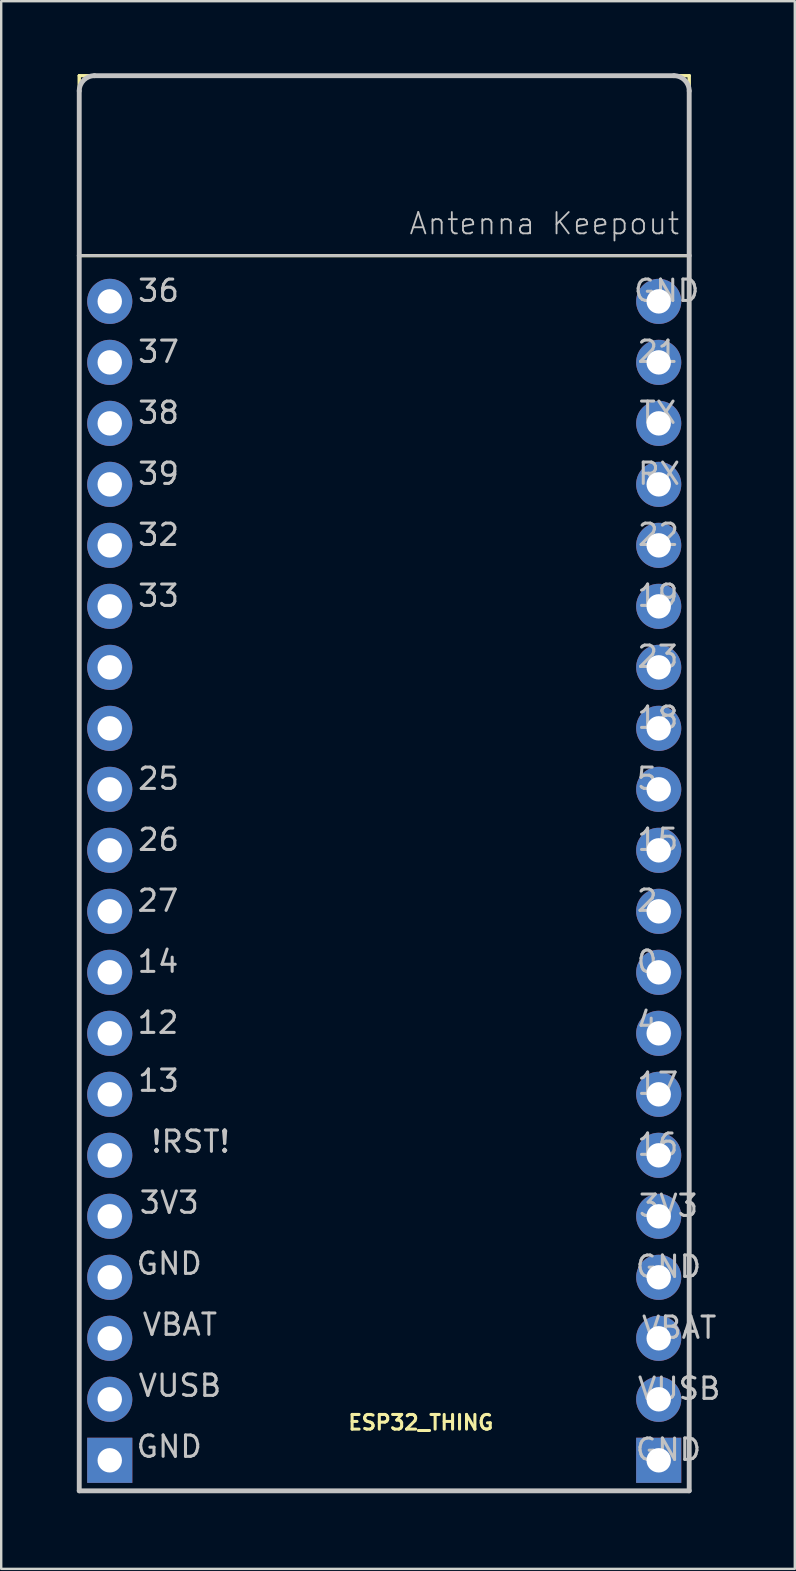
<source format=kicad_pcb>
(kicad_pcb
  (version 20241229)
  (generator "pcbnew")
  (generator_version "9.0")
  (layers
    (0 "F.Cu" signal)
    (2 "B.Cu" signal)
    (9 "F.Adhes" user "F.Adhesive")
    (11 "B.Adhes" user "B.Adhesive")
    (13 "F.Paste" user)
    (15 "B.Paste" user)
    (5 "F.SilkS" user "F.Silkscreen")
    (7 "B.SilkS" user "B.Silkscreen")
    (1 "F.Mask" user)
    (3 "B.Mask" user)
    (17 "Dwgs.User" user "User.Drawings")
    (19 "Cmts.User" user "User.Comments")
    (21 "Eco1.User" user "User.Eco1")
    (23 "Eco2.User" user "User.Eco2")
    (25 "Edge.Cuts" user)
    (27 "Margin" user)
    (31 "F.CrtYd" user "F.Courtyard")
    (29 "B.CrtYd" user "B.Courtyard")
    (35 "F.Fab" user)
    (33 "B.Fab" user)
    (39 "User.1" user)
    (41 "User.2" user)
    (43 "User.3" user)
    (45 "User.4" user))
  (footprint "ESP32_THING"
    (layer "F.Cu")
    (at 0.25 59.03)
    (property "Reference" "ESP32_THING" (at 14.224 -2.845 0) (layer "F.SilkS") (effects (font (size 0.61 0.61) (thickness 0.127))))
    (attr exclude_from_pos_files exclude_from_bom)
    (fp_line (start 0 -58.928) (end 0 -51.435) (stroke (width 0.127) (type solid)) (layer "F.SilkS"))
    (fp_line (start 0 -58.928) (end 0 -51.435) (stroke (width 0.127) (type solid)) (layer "F.SilkS"))
    (fp_line (start 0 -51.435) (end 25.4 -51.435) (stroke (width 0.127) (type solid)) (layer "F.SilkS"))
    (fp_line (start 0 -51.435) (end 25.4 -51.435) (stroke (width 0.127) (type solid)) (layer "F.SilkS"))
    (fp_line (start 25.4 -58.928) (end 0 -58.928) (stroke (width 0.127) (type solid)) (layer "F.SilkS"))
    (fp_line (start 25.4 -58.928) (end 0 -58.928) (stroke (width 0.127) (type solid)) (layer "F.SilkS"))
    (fp_line (start 25.4 -51.435) (end 25.4 -58.928) (stroke (width 0.127) (type solid)) (layer "F.SilkS"))
    (fp_line (start 25.4 -51.435) (end 25.4 -58.928) (stroke (width 0.127) (type solid)) (layer "F.SilkS"))
    (fp_line (start 0 -51.435) (end 0 -58.293) (stroke (width 0.203) (type solid)) (layer "Dwgs.User"))
    (fp_line (start 0 -51.435) (end 25.4 -51.435) (stroke (width 0.127) (type solid)) (layer "Dwgs.User"))
    (fp_line (start 0 0) (end 0 -51.435) (stroke (width 0.203) (type solid)) (layer "Dwgs.User"))
    (fp_line (start 0.635 -58.928) (end 24.765 -58.928) (stroke (width 0.203) (type solid)) (layer "Dwgs.User"))
    (fp_line (start 25.4 -58.293) (end 25.4 -51.435) (stroke (width 0.203) (type solid)) (layer "Dwgs.User"))
    (fp_line (start 25.4 -51.435) (end 25.4 0) (stroke (width 0.203) (type solid)) (layer "Dwgs.User"))
    (fp_line (start 25.4 0) (end 0 0) (stroke (width 0.203) (type solid)) (layer "Dwgs.User"))
    (fp_arc (start 0 -58.293) (mid 0.185987 -58.742013) (end 0.635 -58.928) (stroke (width 0.2032) (type solid)) (layer "Dwgs.User"))
    (fp_arc (start 24.765 -58.928) (mid 25.214013 -58.742013) (end 25.4 -58.293) (stroke (width 0.2032) (type solid)) (layer "Dwgs.User"))
    (fp_text user "2" (at 23.647 -24.575 0) (layer "Dwgs.User") (effects (font (size 0.889 0.889) (thickness 0.127))))
    (fp_text user "25" (at 3.302 -29.654 0) (layer "Dwgs.User") (effects (font (size 0.889 0.889) (thickness 0.127))))
    (fp_text user "VBAT" (at 24.981 -6.795 0) (layer "Dwgs.User") (effects (font (size 0.889 0.889) (thickness 0.127))))
    (fp_text user "5" (at 23.647 -29.654 0) (layer "Dwgs.User") (effects (font (size 0.889 0.889) (thickness 0.127))))
    (fp_text user "17" (at 24.092 -16.954 0) (layer "Dwgs.User") (effects (font (size 0.889 0.889) (thickness 0.127))))
    (fp_text user "18" (at 24.092 -32.194 0) (layer "Dwgs.User") (effects (font (size 0.889 0.889) (thickness 0.127))))
    (fp_text user "14" (at 3.277 -22.035 0) (layer "Dwgs.User") (effects (font (size 0.889 0.889) (thickness 0.127))))
    (fp_text user "26" (at 3.302 -27.112 0) (layer "Dwgs.User") (effects (font (size 0.889 0.889) (thickness 0.127))))
    (fp_text user "3V3" (at 24.536 -11.874 0) (layer "Dwgs.User") (effects (font (size 0.889 0.889) (thickness 0.127))))
    (fp_text user "23" (at 24.092 -34.734 0) (layer "Dwgs.User") (effects (font (size 0.889 0.889) (thickness 0.127))))
    (fp_text user "0" (at 23.647 -22.035 0) (layer "Dwgs.User") (effects (font (size 0.889 0.889) (thickness 0.127))))
    (fp_text user "13" (at 3.302 -17.081 0) (layer "Dwgs.User") (effects (font (size 0.889 0.889) (thickness 0.127))))
    (fp_text user "12" (at 3.277 -19.494 0) (layer "Dwgs.User") (effects (font (size 0.889 0.889) (thickness 0.127))))
    (fp_text user "15" (at 24.092 -27.112 0) (layer "Dwgs.User") (effects (font (size 0.889 0.889) (thickness 0.127))))
    (fp_text user "3V3" (at 3.747 -12.002 0) (layer "Dwgs.User") (effects (font (size 0.889 0.889) (thickness 0.127))))
    (fp_text user "36" (at 3.302 -49.974 0) (layer "Dwgs.User") (effects (font (size 0.889 0.889) (thickness 0.127))))
    (fp_text user "38" (at 3.302 -44.895 0) (layer "Dwgs.User") (effects (font (size 0.889 0.889) (thickness 0.127))))
    (fp_text user "VBAT" (at 4.191 -6.921 0) (layer "Dwgs.User") (effects (font (size 0.889 0.889) (thickness 0.127))))
    (fp_text user "GND" (at 24.536 -9.335 0) (layer "Dwgs.User") (effects (font (size 0.889 0.889) (thickness 0.127))))
    (fp_text user "!RST!" (at 4.636 -14.541 0) (layer "Dwgs.User") (effects (font (size 0.889 0.889) (thickness 0.127))))
    (fp_text user "VUSB" (at 4.191 -4.379 0) (layer "Dwgs.User") (effects (font (size 0.889 0.889) (thickness 0.127))))
    (fp_text user "39" (at 3.302 -42.355 0) (layer "Dwgs.User") (effects (font (size 0.889 0.889) (thickness 0.127))))
    (fp_text user "27" (at 3.277 -24.575 0) (layer "Dwgs.User") (effects (font (size 0.889 0.889) (thickness 0.127))))
    (fp_text user "21" (at 24.092 -47.434 0) (layer "Dwgs.User") (effects (font (size 0.889 0.889) (thickness 0.127))))
    (fp_text user "22" (at 24.117 -39.812 0) (layer "Dwgs.User") (effects (font (size 0.889 0.889) (thickness 0.127))))
    (fp_text user "VUSB" (at 24.981 -4.255 0) (layer "Dwgs.User") (effects (font (size 0.889 0.889) (thickness 0.127))))
    (fp_text user "19" (at 24.092 -37.275 0) (layer "Dwgs.User") (effects (font (size 0.889 0.889) (thickness 0.127))))
    (fp_text user "16" (at 24.092 -14.415 0) (layer "Dwgs.User") (effects (font (size 0.889 0.889) (thickness 0.127))))
    (fp_text user "33" (at 3.302 -37.275 0) (layer "Dwgs.User") (effects (font (size 0.889 0.889) (thickness 0.127))))
    (fp_text user "37" (at 3.302 -47.434 0) (layer "Dwgs.User") (effects (font (size 0.889 0.889) (thickness 0.127))))
    (fp_text user "TX" (at 24.092 -44.895 0) (layer "Dwgs.User") (effects (font (size 0.889 0.889) (thickness 0.127))))
    (fp_text user "GND" (at 3.747 -1.841 0) (layer "Dwgs.User") (effects (font (size 0.889 0.889) (thickness 0.127))))
    (fp_text user "32" (at 3.302 -39.812 0) (layer "Dwgs.User") (effects (font (size 0.889 0.889) (thickness 0.127))))
    (fp_text user "GND" (at 24.536 -1.714 0) (layer "Dwgs.User") (effects (font (size 0.889 0.889) (thickness 0.127))))
    (fp_text user "Antenna Keepout" (at 19.367 -52.769 0) (layer "Dwgs.User") (effects (font (size 0.889 0.889) (thickness 0.076))))
    (fp_text user "GND" (at 24.46 -49.974 0) (layer "Dwgs.User") (effects (font (size 0.889 0.889) (thickness 0.127))))
    (fp_text user "GND" (at 3.747 -9.461 0) (layer "Dwgs.User") (effects (font (size 0.889 0.889) (thickness 0.127))))
    (fp_text user "RX" (at 24.143 -42.355 0) (layer "Dwgs.User") (effects (font (size 0.889 0.889) (thickness 0.127))))
    (fp_text user "4" (at 23.647 -19.494 0) (layer "Dwgs.User") (effects (font (size 0.889 0.889) (thickness 0.127))))
    (pad "1" thru_hole rect (at 1.27 -1.27) (size 1.88 1.88) (drill 1.016) (layers "*.Cu" "*.Paste" "*.Mask"))
    (pad "2" thru_hole circle (at 1.27 -3.81) (size 1.88 1.88) (drill 1.016) (layers "*.Cu" "*.Paste" "*.Mask"))
    (pad "3" thru_hole circle (at 1.27 -6.35) (size 1.88 1.88) (drill 1.016) (layers "*.Cu" "*.Paste" "*.Mask"))
    (pad "4" thru_hole circle (at 1.27 -8.89) (size 1.88 1.88) (drill 1.016) (layers "*.Cu" "*.Paste" "*.Mask"))
    (pad "5" thru_hole circle (at 1.27 -11.43) (size 1.88 1.88) (drill 1.016) (layers "*.Cu" "*.Paste" "*.Mask"))
    (pad "6" thru_hole circle (at 1.27 -13.97) (size 1.88 1.88) (drill 1.016) (layers "*.Cu" "*.Paste" "*.Mask"))
    (pad "7" thru_hole circle (at 1.27 -16.51) (size 1.88 1.88) (drill 1.016) (layers "*.Cu" "*.Paste" "*.Mask"))
    (pad "8" thru_hole circle (at 1.27 -19.05) (size 1.88 1.88) (drill 1.016) (layers "*.Cu" "*.Paste" "*.Mask"))
    (pad "9" thru_hole circle (at 1.27 -21.59) (size 1.88 1.88) (drill 1.016) (layers "*.Cu" "*.Paste" "*.Mask"))
    (pad "10" thru_hole circle (at 1.27 -24.13) (size 1.88 1.88) (drill 1.016) (layers "*.Cu" "*.Paste" "*.Mask"))
    (pad "11" thru_hole circle (at 1.27 -26.67) (size 1.88 1.88) (drill 1.016) (layers "*.Cu" "*.Paste" "*.Mask"))
    (pad "12" thru_hole circle (at 1.27 -29.21) (size 1.88 1.88) (drill 1.016) (layers "*.Cu" "*.Paste" "*.Mask"))
    (pad "13" thru_hole circle (at 1.27 -31.75) (size 1.88 1.88) (drill 1.016) (layers "*.Cu" "*.Paste" "*.Mask"))
    (pad "14" thru_hole circle (at 1.27 -34.29) (size 1.88 1.88) (drill 1.016) (layers "*.Cu" "*.Paste" "*.Mask"))
    (pad "15" thru_hole circle (at 1.27 -36.83) (size 1.88 1.88) (drill 1.016) (layers "*.Cu" "*.Paste" "*.Mask"))
    (pad "16" thru_hole circle (at 1.27 -39.37) (size 1.88 1.88) (drill 1.016) (layers "*.Cu" "*.Paste" "*.Mask"))
    (pad "17" thru_hole circle (at 1.27 -41.91) (size 1.88 1.88) (drill 1.016) (layers "*.Cu" "*.Paste" "*.Mask"))
    (pad "18" thru_hole circle (at 1.27 -44.45) (size 1.88 1.88) (drill 1.016) (layers "*.Cu" "*.Paste" "*.Mask"))
    (pad "19" thru_hole circle (at 1.27 -46.99) (size 1.88 1.88) (drill 1.016) (layers "*.Cu" "*.Paste" "*.Mask"))
    (pad "20" thru_hole circle (at 1.27 -49.53) (size 1.88 1.88) (drill 1.016) (layers "*.Cu" "*.Paste" "*.Mask"))
    (pad "21" thru_hole circle (at 24.13 -49.53) (size 1.88 1.88) (drill 1.016) (layers "*.Cu" "*.Paste" "*.Mask"))
    (pad "22" thru_hole circle (at 24.13 -46.99) (size 1.88 1.88) (drill 1.016) (layers "*.Cu" "*.Paste" "*.Mask"))
    (pad "23" thru_hole circle (at 24.13 -44.45) (size 1.88 1.88) (drill 1.016) (layers "*.Cu" "*.Paste" "*.Mask"))
    (pad "24" thru_hole circle (at 24.13 -41.91) (size 1.88 1.88) (drill 1.016) (layers "*.Cu" "*.Paste" "*.Mask"))
    (pad "25" thru_hole circle (at 24.13 -39.37) (size 1.88 1.88) (drill 1.016) (layers "*.Cu" "*.Paste" "*.Mask"))
    (pad "26" thru_hole circle (at 24.13 -36.83) (size 1.88 1.88) (drill 1.016) (layers "*.Cu" "*.Paste" "*.Mask"))
    (pad "27" thru_hole circle (at 24.13 -34.29) (size 1.88 1.88) (drill 1.016) (layers "*.Cu" "*.Paste" "*.Mask"))
    (pad "28" thru_hole circle (at 24.13 -31.75) (size 1.88 1.88) (drill 1.016) (layers "*.Cu" "*.Paste" "*.Mask"))
    (pad "29" thru_hole circle (at 24.13 -29.21) (size 1.88 1.88) (drill 1.016) (layers "*.Cu" "*.Paste" "*.Mask"))
    (pad "30" thru_hole circle (at 24.13 -26.67) (size 1.88 1.88) (drill 1.016) (layers "*.Cu" "*.Paste" "*.Mask"))
    (pad "31" thru_hole circle (at 24.13 -24.13) (size 1.88 1.88) (drill 1.016) (layers "*.Cu" "*.Paste" "*.Mask"))
    (pad "32" thru_hole circle (at 24.13 -21.59) (size 1.88 1.88) (drill 1.016) (layers "*.Cu" "*.Paste" "*.Mask"))
    (pad "33" thru_hole circle (at 24.13 -19.05) (size 1.88 1.88) (drill 1.016) (layers "*.Cu" "*.Paste" "*.Mask"))
    (pad "34" thru_hole circle (at 24.13 -16.51) (size 1.88 1.88) (drill 1.016) (layers "*.Cu" "*.Paste" "*.Mask"))
    (pad "35" thru_hole circle (at 24.13 -13.97) (size 1.88 1.88) (drill 1.016) (layers "*.Cu" "*.Paste" "*.Mask"))
    (pad "36" thru_hole circle (at 24.13 -11.43) (size 1.88 1.88) (drill 1.016) (layers "*.Cu" "*.Paste" "*.Mask"))
    (pad "37" thru_hole circle (at 24.13 -8.89) (size 1.88 1.88) (drill 1.016) (layers "*.Cu" "*.Paste" "*.Mask"))
    (pad "38" thru_hole circle (at 24.13 -6.35) (size 1.88 1.88) (drill 1.016) (layers "*.Cu" "*.Paste" "*.Mask"))
    (pad "39" thru_hole circle (at 24.13 -3.81) (size 1.88 1.88) (drill 1.016) (layers "*.Cu" "*.Paste" "*.Mask"))
    (pad "40" thru_hole rect (at 24.13 -1.27) (size 1.88 1.88) (drill 1.016) (layers "*.Cu" "*.Paste" "*.Mask")))
  (gr_rect
    (start -3 -3)
    (end 30.047 62.28)
    (stroke (width 0.1) (type default))
    (fill no)
    (layer "Edge.Cuts")))
</source>
